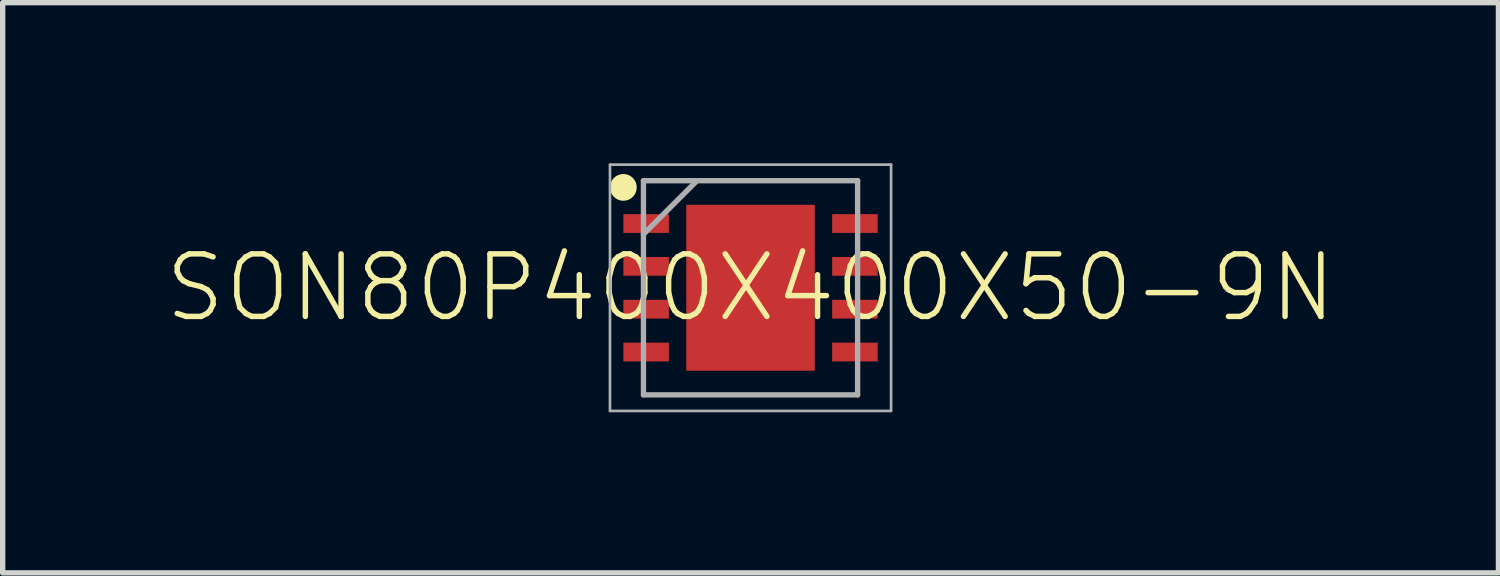
<source format=kicad_pcb>
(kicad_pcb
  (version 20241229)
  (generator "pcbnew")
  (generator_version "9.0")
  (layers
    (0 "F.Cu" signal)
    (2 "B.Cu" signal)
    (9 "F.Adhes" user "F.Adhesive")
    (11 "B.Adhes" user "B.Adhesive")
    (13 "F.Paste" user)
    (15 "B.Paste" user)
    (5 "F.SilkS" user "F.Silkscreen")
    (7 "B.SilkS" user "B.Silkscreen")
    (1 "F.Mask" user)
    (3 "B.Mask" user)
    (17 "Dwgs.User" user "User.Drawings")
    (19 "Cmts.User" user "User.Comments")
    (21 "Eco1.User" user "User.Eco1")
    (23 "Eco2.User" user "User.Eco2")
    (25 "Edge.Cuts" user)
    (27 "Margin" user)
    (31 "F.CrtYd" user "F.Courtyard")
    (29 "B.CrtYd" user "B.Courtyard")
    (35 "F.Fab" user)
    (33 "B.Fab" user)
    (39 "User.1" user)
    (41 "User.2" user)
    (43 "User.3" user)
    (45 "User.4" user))
  (footprint "SON80P400X400X50-9N"
    (layer "F.Cu")
    (at 10.968 2.325)
    (property "Reference" "SON80P400X400X50-9N" (at 0 0 0) (unlocked yes) (layer "F.SilkS") (effects (font (size 1.168 1.168) (thickness 0.102))))
    (fp_circle (center -2.375 -1.875) (end -2.25 -1.875) (stroke (width 0.25) (type solid)) (fill no) (layer "F.SilkS"))
    (fp_line (start -2.625 -2.3) (end 2.625 -2.3) (stroke (width 0.05) (type solid)) (layer "F.Fab"))
    (fp_line (start -2.625 2.3) (end -2.625 -2.3) (stroke (width 0.05) (type solid)) (layer "F.Fab"))
    (fp_line (start -2 -2) (end 2 -2) (stroke (width 0.1) (type solid)) (layer "F.Fab"))
    (fp_line (start -2 -1) (end -1 -2) (stroke (width 0.1) (type solid)) (layer "F.Fab"))
    (fp_line (start -2 2) (end -2 -2) (stroke (width 0.1) (type solid)) (layer "F.Fab"))
    (fp_line (start 2 -2) (end 2 2) (stroke (width 0.1) (type solid)) (layer "F.Fab"))
    (fp_line (start 2 2) (end -2 2) (stroke (width 0.1) (type solid)) (layer "F.Fab"))
    (fp_line (start 2.625 -2.3) (end 2.625 2.3) (stroke (width 0.05) (type solid)) (layer "F.Fab"))
    (fp_line (start 2.625 2.3) (end -2.625 2.3) (stroke (width 0.05) (type solid)) (layer "F.Fab"))
    (pad "1" smd rect (at -1.95 -1.2) (size 0.85 0.35) (layers "F.Cu" "F.Mask" "F.Paste"))
    (pad "2" smd rect (at -1.95 -0.4) (size 0.85 0.35) (layers "F.Cu" "F.Mask" "F.Paste"))
    (pad "3" smd rect (at -1.95 0.4) (size 0.85 0.35) (layers "F.Cu" "F.Mask" "F.Paste"))
    (pad "4" smd rect (at -1.95 1.2) (size 0.85 0.35) (layers "F.Cu" "F.Mask" "F.Paste"))
    (pad "5" smd rect (at 1.95 1.2) (size 0.85 0.35) (layers "F.Cu" "F.Mask" "F.Paste"))
    (pad "6" smd rect (at 1.95 0.4) (size 0.85 0.35) (layers "F.Cu" "F.Mask" "F.Paste"))
    (pad "7" smd rect (at 1.95 -0.4) (size 0.85 0.35) (layers "F.Cu" "F.Mask" "F.Paste"))
    (pad "8" smd rect (at 1.95 -1.2) (size 0.85 0.35) (layers "F.Cu" "F.Mask" "F.Paste"))
    (pad "9" smd rect (at 0 0 90) (size 3.1 2.4) (layers "F.Cu" "F.Mask" "F.Paste")))
  (gr_rect
    (start -3 -3)
    (end 24.937 7.65)
    (stroke (width 0.1) (type default))
    (fill no)
    (layer "Edge.Cuts")))
</source>
